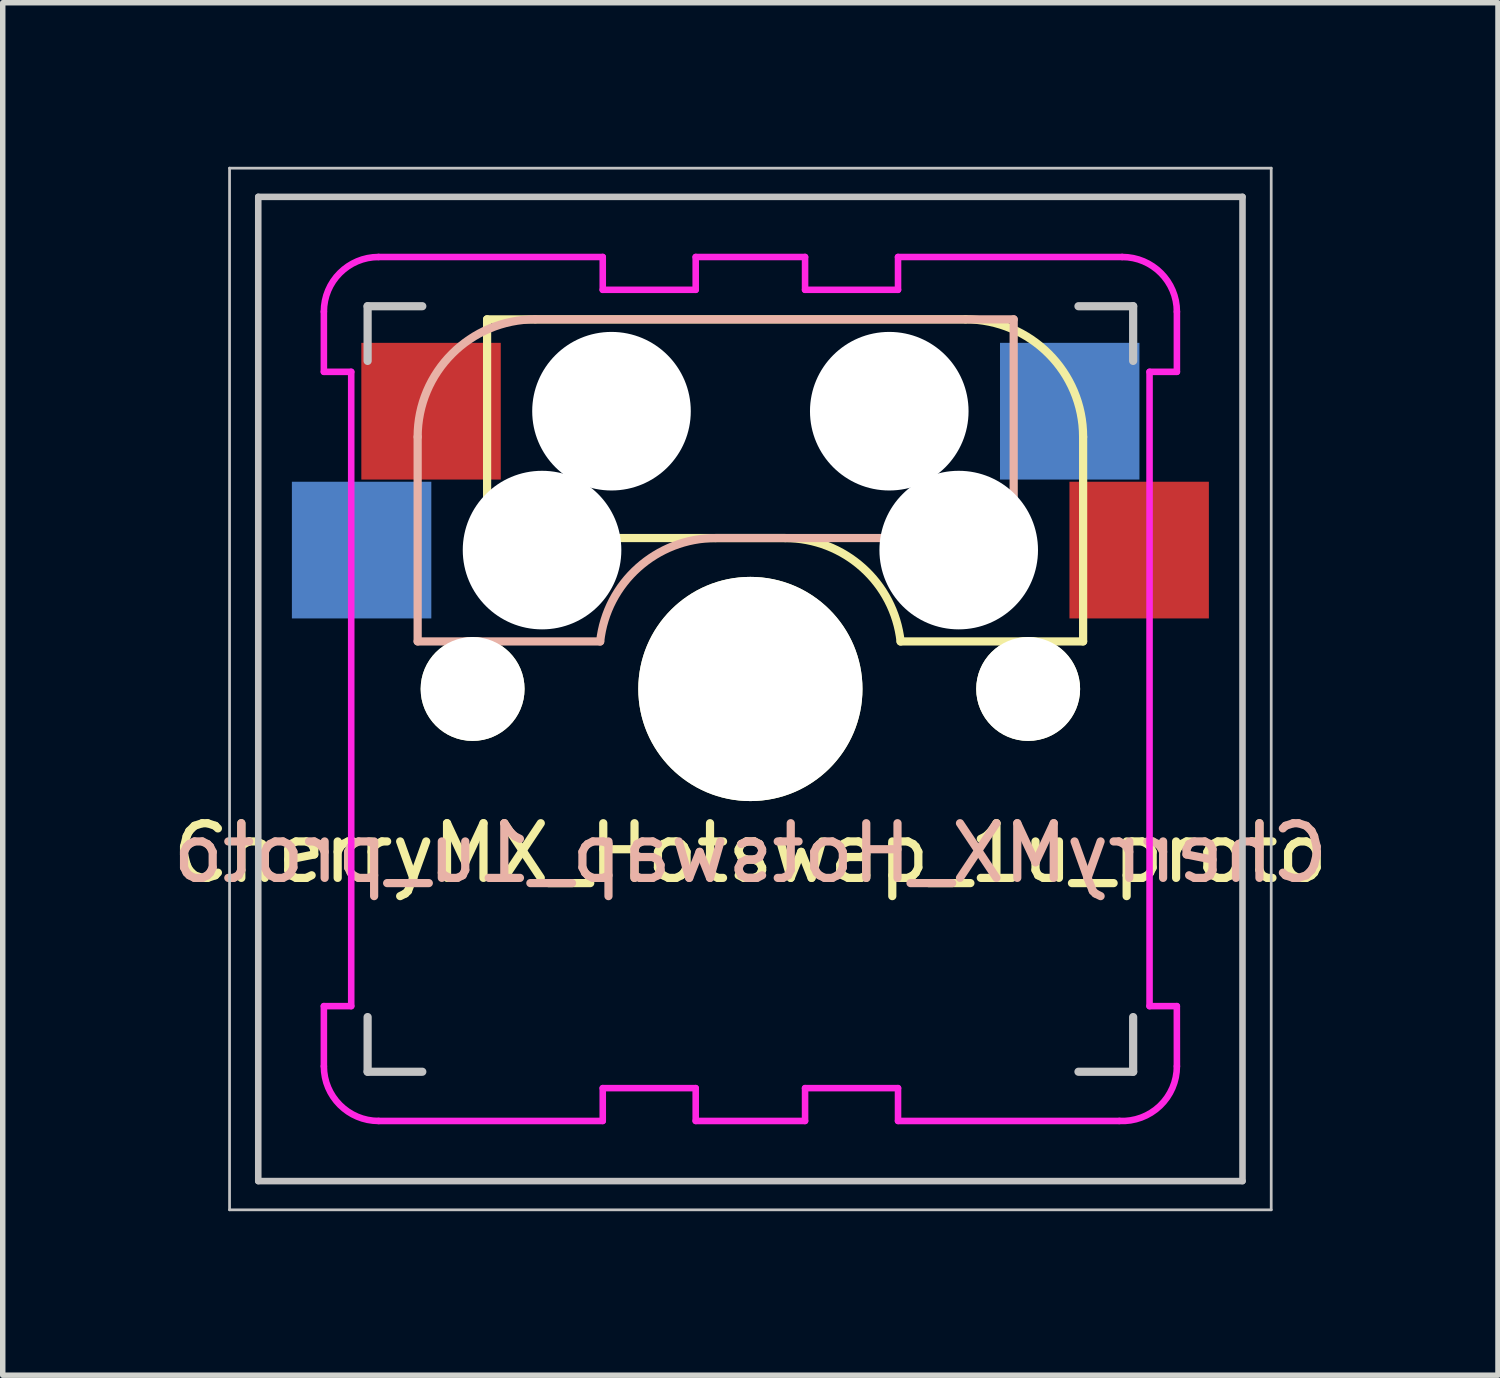
<source format=kicad_pcb>
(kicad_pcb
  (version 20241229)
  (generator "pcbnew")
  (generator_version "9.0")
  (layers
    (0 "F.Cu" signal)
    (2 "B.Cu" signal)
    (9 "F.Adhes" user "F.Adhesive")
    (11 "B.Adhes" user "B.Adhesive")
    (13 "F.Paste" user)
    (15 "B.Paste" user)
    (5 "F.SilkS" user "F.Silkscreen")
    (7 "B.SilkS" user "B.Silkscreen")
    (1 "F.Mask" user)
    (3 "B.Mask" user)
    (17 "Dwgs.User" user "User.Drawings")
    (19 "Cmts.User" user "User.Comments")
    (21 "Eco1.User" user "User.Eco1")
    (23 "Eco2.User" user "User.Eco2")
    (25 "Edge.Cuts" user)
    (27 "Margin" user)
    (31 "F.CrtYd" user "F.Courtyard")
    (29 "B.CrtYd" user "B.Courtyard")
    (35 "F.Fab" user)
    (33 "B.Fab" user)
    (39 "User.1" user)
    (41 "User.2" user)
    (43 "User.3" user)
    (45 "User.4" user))
  (footprint "CherryMX_Hotswap_1u_proto"
    (layer "F.Cu")
    (at 10.673 9.55)
    (property "Reference" "CherryMX_Hotswap_1u_proto" (at 0 3 0) (layer "F.SilkS") (effects (font (size 1 1) (thickness 0.15))))
    (attr through_hole)
    (fp_line (start -4.815 -6.76) (end -4.815 -2.76) (stroke (width 0.15) (type solid)) (layer "F.SilkS"))
    (fp_line (start -4.815 -6.76) (end 3.935 -6.76) (stroke (width 0.15) (type solid)) (layer "F.SilkS"))
    (fp_line (start -4.815 -2.76) (end 0.635 -2.76) (stroke (width 0.15) (type solid)) (layer "F.SilkS"))
    (fp_line (start 6.085 -4.61) (end 6.085 -0.87) (stroke (width 0.15) (type solid)) (layer "F.SilkS"))
    (fp_line (start 6.085 -0.87) (end 2.747 -0.869) (stroke (width 0.15) (type solid)) (layer "F.SilkS"))
    (fp_arc (start 0.635 -2.76) (mid 2.052578 -2.218065) (end 2.747113 -0.868679) (stroke (width 0.15) (type solid)) (layer "F.SilkS"))
    (fp_arc (start 3.935 -6.76) (mid 5.45528 -6.13028) (end 6.085 -4.61) (stroke (width 0.15) (type solid)) (layer "F.SilkS"))
    (fp_line (start -6.085 -4.61) (end -6.085 -0.87) (stroke (width 0.15) (type solid)) (layer "B.SilkS"))
    (fp_line (start -6.085 -0.87) (end -2.747 -0.869) (stroke (width 0.15) (type solid)) (layer "B.SilkS"))
    (fp_line (start 4.815 -6.76) (end -3.935 -6.76) (stroke (width 0.15) (type solid)) (layer "B.SilkS"))
    (fp_line (start 4.815 -6.76) (end 4.815 -2.76) (stroke (width 0.15) (type solid)) (layer "B.SilkS"))
    (fp_line (start 4.815 -2.76) (end -0.635 -2.76) (stroke (width 0.15) (type solid)) (layer "B.SilkS"))
    (fp_arc (start -6.085 -4.61) (mid -5.45528 -6.13028) (end -3.935 -6.76) (stroke (width 0.15) (type solid)) (layer "B.SilkS"))
    (fp_arc (start -2.747113 -0.868679) (mid -2.052579 -2.218066) (end -0.635 -2.76) (stroke (width 0.15) (type solid)) (layer "B.SilkS"))
    (fp_line (start -9.525 -9.525) (end 9.525 -9.525) (stroke (width 0.05) (type solid)) (layer "Dwgs.User"))
    (fp_line (start -9.525 9.525) (end -9.525 -9.525) (stroke (width 0.05) (type solid)) (layer "Dwgs.User"))
    (fp_line (start -9 -9) (end 9 -9) (stroke (width 0.12) (type solid)) (layer "Dwgs.User"))
    (fp_line (start -9 9) (end -9 -9) (stroke (width 0.12) (type solid)) (layer "Dwgs.User"))
    (fp_line (start -7 -7) (end -6 -7) (stroke (width 0.15) (type solid)) (layer "Dwgs.User"))
    (fp_line (start -7 -6) (end -7 -7) (stroke (width 0.15) (type solid)) (layer "Dwgs.User"))
    (fp_line (start -7 6) (end -7 7) (stroke (width 0.15) (type solid)) (layer "Dwgs.User"))
    (fp_line (start -7 7) (end -6 7) (stroke (width 0.15) (type solid)) (layer "Dwgs.User"))
    (fp_line (start 6 7) (end 7 7) (stroke (width 0.15) (type solid)) (layer "Dwgs.User"))
    (fp_line (start 7 -7) (end 6 -7) (stroke (width 0.15) (type solid)) (layer "Dwgs.User"))
    (fp_line (start 7 -7) (end 7 -6) (stroke (width 0.15) (type solid)) (layer "Dwgs.User"))
    (fp_line (start 7 7) (end 7 6) (stroke (width 0.15) (type solid)) (layer "Dwgs.User"))
    (fp_line (start 9 -9) (end 9 9) (stroke (width 0.12) (type solid)) (layer "Dwgs.User"))
    (fp_line (start 9 9) (end -9 9) (stroke (width 0.12) (type solid)) (layer "Dwgs.User"))
    (fp_line (start 9.525 -9.525) (end 9.525 9.525) (stroke (width 0.05) (type solid)) (layer "Dwgs.User"))
    (fp_line (start 9.525 9.525) (end -9.525 9.525) (stroke (width 0.05) (type solid)) (layer "Dwgs.User"))
    (fp_line (start -7.8 -6.9) (end -7.8 -5.8) (stroke (width 0.12) (type solid)) (layer "F.CrtYd"))
    (fp_line (start -7.8 -5.8) (end -7.3 -5.8) (stroke (width 0.12) (type solid)) (layer "F.CrtYd"))
    (fp_line (start -7.8 5.8) (end -7.3 5.8) (stroke (width 0.12) (type solid)) (layer "F.CrtYd"))
    (fp_line (start -7.8 6.9) (end -7.8 5.8) (stroke (width 0.12) (type solid)) (layer "F.CrtYd"))
    (fp_line (start -7.3 -5.8) (end -7.3 5.8) (stroke (width 0.12) (type solid)) (layer "F.CrtYd"))
    (fp_line (start -6.8 -7.9) (end -2.7 -7.9) (stroke (width 0.12) (type solid)) (layer "F.CrtYd"))
    (fp_line (start -6.8 7.9) (end -2.7 7.9) (stroke (width 0.12) (type solid)) (layer "F.CrtYd"))
    (fp_line (start -2.7 -7.9) (end -2.7 -7.3) (stroke (width 0.12) (type solid)) (layer "F.CrtYd"))
    (fp_line (start -2.7 7.3) (end -1 7.3) (stroke (width 0.12) (type solid)) (layer "F.CrtYd"))
    (fp_line (start -2.7 7.9) (end -2.7 7.3) (stroke (width 0.12) (type solid)) (layer "F.CrtYd"))
    (fp_line (start -1 -7.9) (end -1 -7.3) (stroke (width 0.12) (type solid)) (layer "F.CrtYd"))
    (fp_line (start -1 -7.9) (end 1 -7.9) (stroke (width 0.12) (type solid)) (layer "F.CrtYd"))
    (fp_line (start -1 -7.3) (end -2.7 -7.3) (stroke (width 0.12) (type solid)) (layer "F.CrtYd"))
    (fp_line (start -1 7.3) (end -1 7.9) (stroke (width 0.12) (type solid)) (layer "F.CrtYd"))
    (fp_line (start -1 7.9) (end 1 7.9) (stroke (width 0.12) (type solid)) (layer "F.CrtYd"))
    (fp_line (start 1 -7.9) (end 1 -7.3) (stroke (width 0.12) (type solid)) (layer "F.CrtYd"))
    (fp_line (start 1 -7.3) (end 2.7 -7.3) (stroke (width 0.12) (type solid)) (layer "F.CrtYd"))
    (fp_line (start 1 7.3) (end 2.7 7.3) (stroke (width 0.12) (type solid)) (layer "F.CrtYd"))
    (fp_line (start 1 7.9) (end 1 7.3) (stroke (width 0.12) (type solid)) (layer "F.CrtYd"))
    (fp_line (start 2.7 -7.9) (end 2.7 -7.3) (stroke (width 0.12) (type solid)) (layer "F.CrtYd"))
    (fp_line (start 2.7 7.9) (end 2.7 7.3) (stroke (width 0.12) (type solid)) (layer "F.CrtYd"))
    (fp_line (start 6.749 7.9) (end 2.7 7.9) (stroke (width 0.12) (type solid)) (layer "F.CrtYd"))
    (fp_line (start 6.8 -7.9) (end 2.7 -7.9) (stroke (width 0.12) (type solid)) (layer "F.CrtYd"))
    (fp_line (start 7.3 5.8) (end 7.3 -5.8) (stroke (width 0.12) (type solid)) (layer "F.CrtYd"))
    (fp_line (start 7.799 5.8) (end 7.3 5.8) (stroke (width 0.12) (type solid)) (layer "F.CrtYd"))
    (fp_line (start 7.8 -6.9) (end 7.8 -5.8) (stroke (width 0.12) (type solid)) (layer "F.CrtYd"))
    (fp_line (start 7.8 -5.8) (end 7.3 -5.8) (stroke (width 0.12) (type solid)) (layer "F.CrtYd"))
    (fp_line (start 7.8 6.9) (end 7.799 5.8) (stroke (width 0.12) (type solid)) (layer "F.CrtYd"))
    (fp_arc (start -7.8 -6.9) (mid -7.507107 -7.607107) (end -6.8 -7.9) (stroke (width 0.12) (type solid)) (layer "F.CrtYd"))
    (fp_arc (start -6.8 7.9) (mid -7.507107 7.607107) (end -7.8 6.9) (stroke (width 0.12) (type solid)) (layer "F.CrtYd"))
    (fp_arc (start 6.8 -7.9) (mid 7.507107 -7.607107) (end 7.8 -6.9) (stroke (width 0.12) (type solid)) (layer "F.CrtYd"))
    (fp_arc (start 7.8 6.9) (mid 7.488837 7.625452) (end 6.748751 7.9) (stroke (width 0.12) (type solid)) (layer "F.CrtYd"))
    (fp_text user "${REFERENCE}" (at 0 3 0) (layer "B.SilkS") (effects (font (size 1 1) (thickness 0.15)) (justify mirror)))
    (pad "" np_thru_hole circle (at -5.08 0) (size 1.9 1.9) (drill 1.9) (layers "*.Cu" "*.Mask" "F.SilkS"))
    (pad "" np_thru_hole circle (at -3.81 -2.54 180) (size 2.9 2.9) (drill 2.9) (layers "*.Cu" "*.Mask"))
    (pad "" np_thru_hole circle (at -2.54 -5.08 180) (size 2.9 2.9) (drill 2.9) (layers "*.Cu" "*.Mask"))
    (pad "" np_thru_hole circle (at 0 0 90) (size 4.1 4.1) (drill 4.1) (layers "*.Cu" "*.Mask" "F.SilkS"))
    (pad "" np_thru_hole circle (at 2.54 -5.08 180) (size 2.9 2.9) (drill 2.9) (layers "*.Cu" "*.Mask"))
    (pad "" np_thru_hole circle (at 3.81 -2.54 180) (size 2.9 2.9) (drill 2.9) (layers "*.Cu" "*.Mask"))
    (pad "" np_thru_hole circle (at 5.08 0) (size 1.9 1.9) (drill 1.9) (layers "*.Cu" "*.Mask" "F.SilkS"))
    (pad "1" smd rect (at -7.11 -2.54 180) (size 2.55 2.5) (layers "B.Cu" "B.Mask" "B.Paste"))
    (pad "1" smd rect (at 7.11 -2.54 180) (size 2.55 2.5) (layers "F.Cu" "F.Mask" "F.Paste"))
    (pad "2" smd rect (at -5.84 -5.08 180) (size 2.55 2.5) (layers "F.Cu" "F.Mask" "F.Paste"))
    (pad "2" smd rect (at 5.84 -5.08 180) (size 2.55 2.5) (layers "B.Cu" "B.Mask" "B.Paste")))
  (gr_rect
    (start -3 -3)
    (end 24.345 22.1)
    (stroke (width 0.1) (type default))
    (fill no)
    (layer "Edge.Cuts")))
</source>
